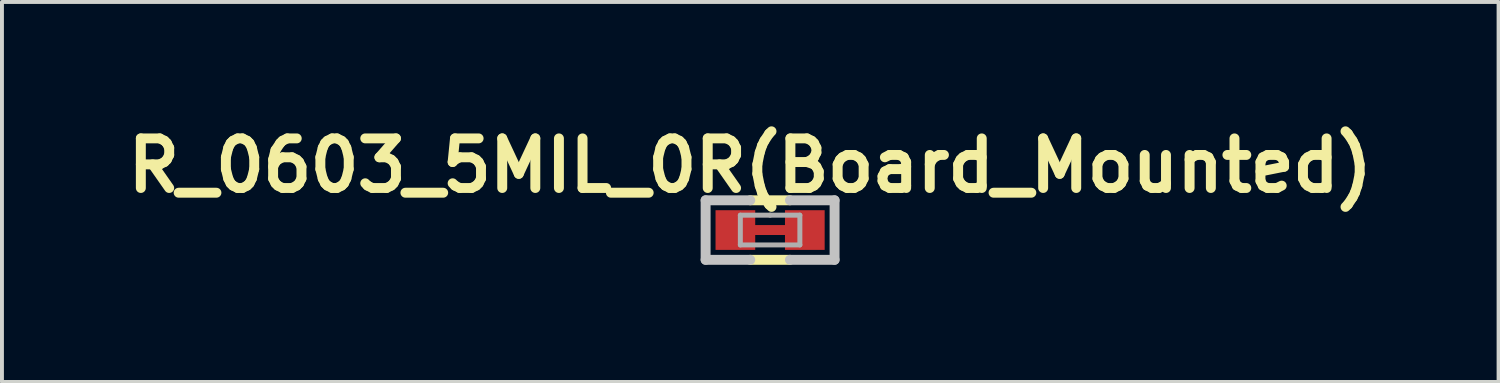
<source format=kicad_pcb>
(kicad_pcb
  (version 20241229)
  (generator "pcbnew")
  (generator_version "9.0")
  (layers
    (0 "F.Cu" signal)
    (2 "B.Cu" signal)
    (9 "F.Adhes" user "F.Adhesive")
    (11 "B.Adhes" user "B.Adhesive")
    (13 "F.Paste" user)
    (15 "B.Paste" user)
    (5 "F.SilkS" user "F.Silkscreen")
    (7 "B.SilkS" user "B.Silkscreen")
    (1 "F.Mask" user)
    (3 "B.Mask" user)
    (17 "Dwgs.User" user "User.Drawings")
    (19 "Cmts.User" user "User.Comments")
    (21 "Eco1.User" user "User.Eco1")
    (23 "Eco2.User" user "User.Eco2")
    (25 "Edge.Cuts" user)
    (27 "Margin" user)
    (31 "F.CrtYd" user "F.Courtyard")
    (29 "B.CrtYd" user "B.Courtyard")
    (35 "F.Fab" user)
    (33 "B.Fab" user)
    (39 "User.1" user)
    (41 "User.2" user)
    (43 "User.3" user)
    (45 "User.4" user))
  (footprint "R_0603_5MIL_0R(Board_Mounted)"
    (layer "F.Cu")
    (at 16.667 2.84)
    (property "Reference" "R_0603_5MIL_0R(Board_Mounted)" (at -0.508 -1.651 0) (layer "F.SilkS") (effects (font (size 1.27 1.27) (thickness 0.254))))
    (attr smd)
    (fp_line (start -0.889 0) (end 0.889 0) (stroke (width 0.254) (type solid)) (layer "F.Cu"))
    (fp_line (start -0.508 -0.762) (end 0.508 -0.762) (stroke (width 0.254) (type solid)) (layer "F.SilkS"))
    (fp_line (start -0.508 0.762) (end 0.508 0.762) (stroke (width 0.254) (type solid)) (layer "F.SilkS"))
    (fp_line (start -1.651 -0.762) (end -1.651 0.762) (stroke (width 0.254) (type solid)) (layer "Dwgs.User"))
    (fp_line (start -1.651 0.762) (end -0.508 0.762) (stroke (width 0.254) (type solid)) (layer "Dwgs.User"))
    (fp_line (start -0.508 -0.762) (end -1.651 -0.762) (stroke (width 0.254) (type solid)) (layer "Dwgs.User"))
    (fp_line (start 0.508 -0.762) (end 1.651 -0.762) (stroke (width 0.254) (type solid)) (layer "Dwgs.User"))
    (fp_line (start 1.651 -0.762) (end 1.651 0.762) (stroke (width 0.254) (type solid)) (layer "Dwgs.User"))
    (fp_line (start 1.651 0.762) (end 0.508 0.762) (stroke (width 0.254) (type solid)) (layer "Dwgs.User"))
    (fp_line (start -0.762 -0.381) (end -0.762 0.381) (stroke (width 0.127) (type solid)) (layer "F.Fab"))
    (fp_line (start -0.762 0.381) (end 0.762 0.381) (stroke (width 0.127) (type solid)) (layer "F.Fab"))
    (fp_line (start 0 -0.381) (end -0.762 -0.381) (stroke (width 0.127) (type solid)) (layer "F.Fab"))
    (fp_line (start 0.762 -0.381) (end 0 -0.381) (stroke (width 0.127) (type solid)) (layer "F.Fab"))
    (fp_line (start 0.762 0.381) (end 0.762 -0.381) (stroke (width 0.127) (type solid)) (layer "F.Fab"))
    (pad "1" smd rect (at -0.889 0) (size 1.016 1.016) (layers "F.Cu" "F.Mask" "F.Paste"))
    (pad "2" smd rect (at 0.889 0) (size 1.016 1.016) (layers "F.Cu" "F.Mask" "F.Paste")))
  (gr_rect
    (start -3 -3)
    (end 35.318 6.729)
    (stroke (width 0.1) (type default))
    (fill no)
    (layer "Edge.Cuts")))
</source>
